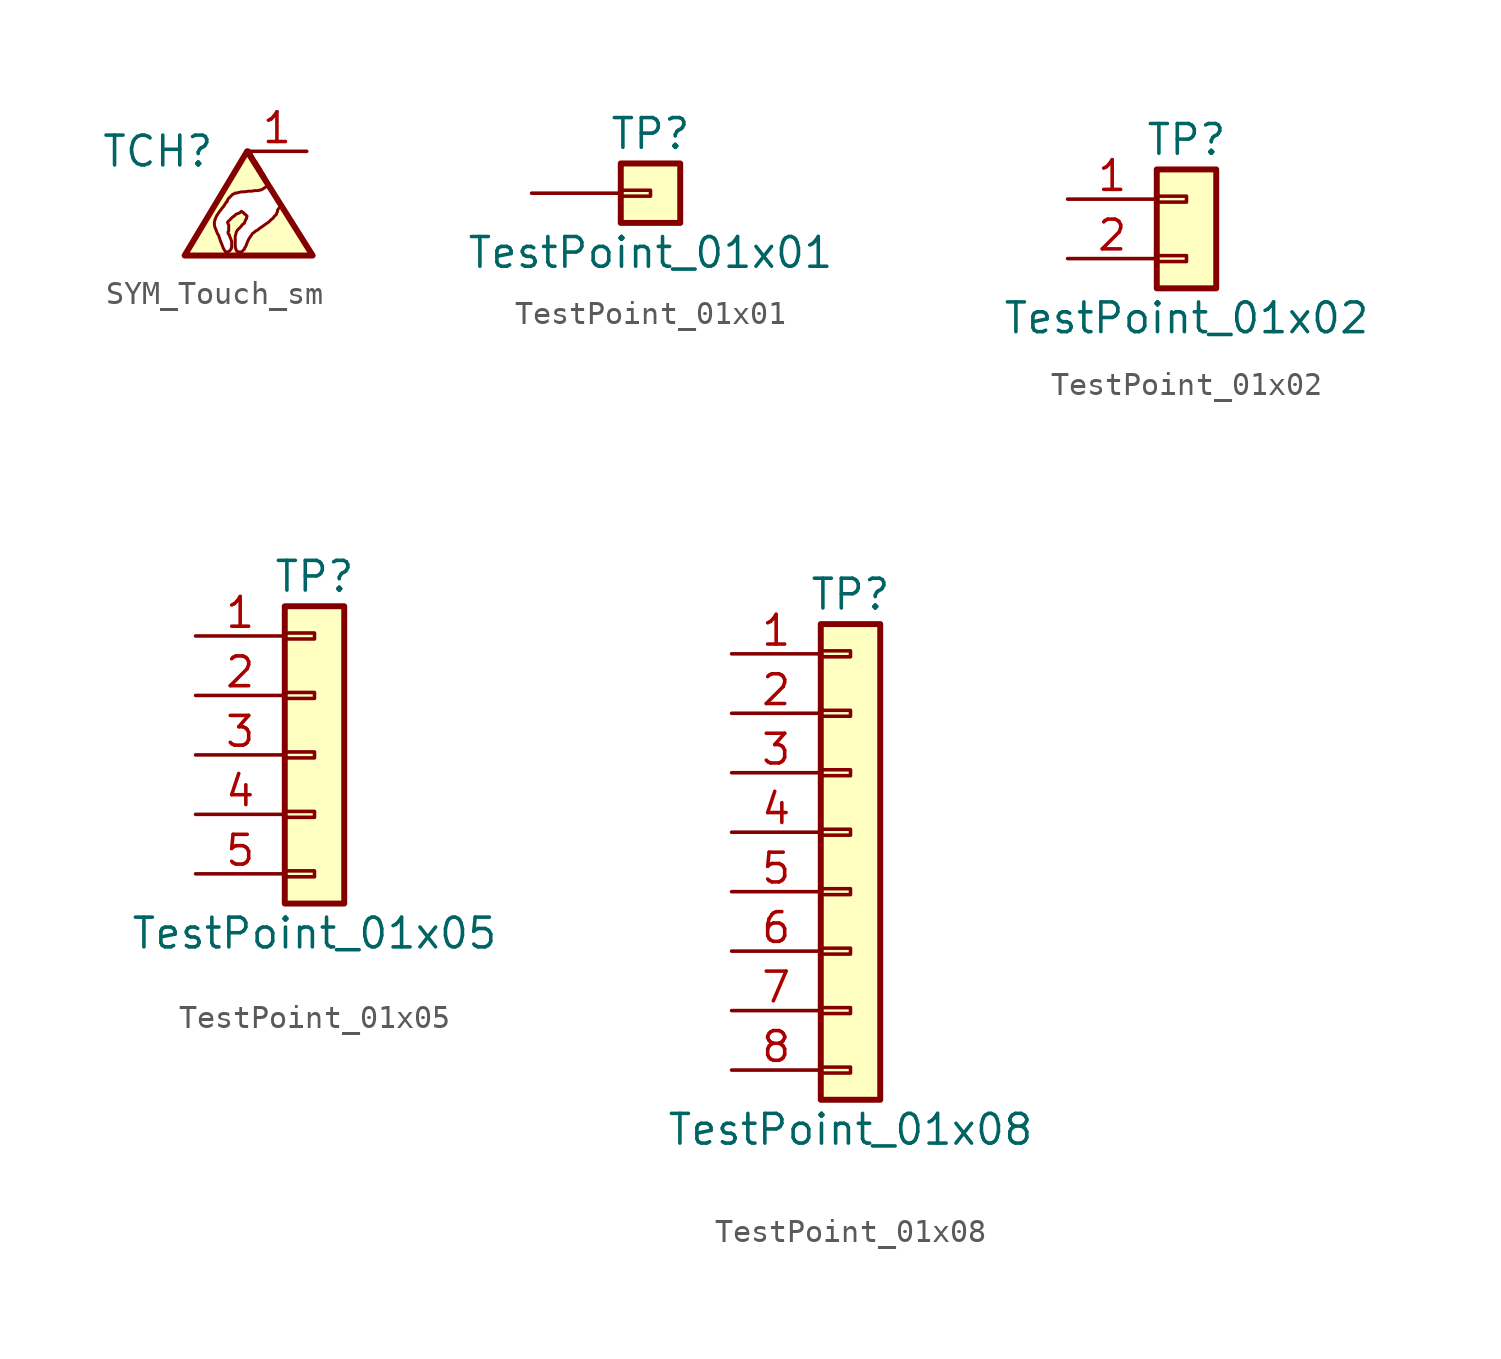
<source format=kicad_sym>
(kicad_symbol_lib
  (version 20211014)
  (generator kicad_symbol_editor)
  (symbol "SYM_Touch_sm"
    (pin_names
      (offset 1.016))
    (property "Reference" "TCH"
      (at -3.81 2.54 0)
      (effects (font (size 1.27 1.27))))
    (symbol "SYM_Touch_sm_0_0"
      (polyline (pts (xy -2.667 -1.905) (xy 2.794 -1.905) (xy 0 2.54) (xy -2.667 -1.905)) (stroke (width 0.254) (type default) (color 0 0 0 0)) (fill (type none)))
      (polyline (pts (xy 2.743 -1.905) (xy 2.718 -1.88) (xy 2.616 -1.676) (xy 2.565 -1.6) (xy 2.489 -1.499) (xy 2.438 -1.372) (xy 1.753 -0.229) (xy 1.702 -0.127) (xy 1.626 -0.051) (xy 1.6 0.051) (xy 1.549 0.102) (xy 1.499 0.203) (xy 1.473 0.229) (xy 1.473 0.203) (xy 1.448 0.203) (xy 1.321 0.076) (xy 1.295 0.025) (xy 1.295 -0.025) (xy 1.27 -0.076) (xy 1.245 -0.152) (xy 1.143 -0.254) (xy 1.092 -0.33) (xy 1.041 -0.356) (xy 0.914 -0.483) (xy 0.762 -0.584) (xy 0.66 -0.66) (xy 0.508 -0.762) (xy 0.457 -0.813) (xy 0.356 -0.864) (xy 0.305 -0.914) (xy 0.229 -0.965) (xy 0.076 -1.194) (xy 0.025 -1.295) (xy -0.025 -1.422) (xy -0.051 -1.499) (xy -0.102 -1.575) (xy -0.127 -1.651) (xy -0.178 -1.676) (xy -0.203 -1.727) (xy -0.254 -1.753) (xy -0.406 -1.753) (xy -0.406 -1.727) (xy -0.457 -1.702) (xy -0.483 -1.626) (xy -0.508 -1.524) (xy -0.508 -1.092) (xy -0.457 -0.889) (xy -0.406 -0.813) (xy -0.254 -0.66) (xy -0.203 -0.584) (xy -0.127 -0.533) (xy -0.102 -0.483) (xy -0.076 -0.406) (xy -0.051 -0.356) (xy -0.025 -0.33) (xy -0.025 -0.279) (xy 0 -0.229) (xy -0.076 -0.152) (xy -0.127 -0.127) (xy -0.152 -0.076) (xy -0.203 -0.051) (xy -0.229 -0.025) (xy -0.254 -0.025) (xy -0.305 -0.076) (xy -0.356 -0.102) (xy -0.432 -0.127) (xy -0.483 -0.152) (xy -0.559 -0.229) (xy -0.61 -0.254) (xy -0.838 -0.483) (xy -0.813 -0.559) (xy -0.787 -0.584) (xy -0.787 -0.864) (xy -0.813 -0.889) (xy -0.813 -0.965) (xy -0.762 -1.016) (xy -0.762 -1.041) (xy -0.66 -1.295) (xy -0.66 -1.575) (xy -0.686 -1.6) (xy -0.686 -1.626) (xy -0.737 -1.702) (xy -0.838 -1.753) (xy -0.914 -1.753) (xy -0.94 -1.727) (xy -0.965 -1.676) (xy -1.016 -1.6) (xy -1.041 -1.524) (xy -1.143 -1.27) (xy -1.219 -1.041) (xy -1.27 -0.965) (xy -1.295 -0.889) (xy -1.321 -0.838) (xy -1.321 -0.813) (xy -1.372 -0.711) (xy -1.397 -0.584) (xy -1.397 -0.483) (xy -1.372 -0.381) (xy -1.321 -0.254) (xy -1.295 -0.203) (xy -1.194 -0.051) (xy -1.041 0.152) (xy -0.991 0.203) (xy -0.965 0.254) (xy -0.914 0.33) (xy -0.889 0.381) (xy -0.864 0.381) (xy -0.813 0.508) (xy -0.61 0.711) (xy -0.533 0.737) (xy -0.508 0.762) (xy -0.432 0.762) (xy -0.356 0.787) (xy -0.229 0.813) (xy -0.102 0.813) (xy 0.051 0.838) (xy 0.203 0.838) (xy 0.305 0.864) (xy 0.483 0.864) (xy 0.533 0.889) (xy 0.584 0.889) (xy 0.686 0.94) (xy 0.711 0.965) (xy 0.762 0.991) (xy 0.813 1.041) (xy 0.864 1.067) (xy 0.889 1.118) (xy 0.914 1.143) (xy 0.914 1.194) (xy 0.889 1.219) (xy 0.864 1.27) (xy 0.813 1.346) (xy 0.711 1.549) (xy 0.635 1.651) (xy 0.584 1.753) (xy 0.508 1.88) (xy 0.457 1.956) (xy 0.381 2.083) (xy 0.305 2.184) (xy 0.254 2.286) (xy 0.203 2.362) (xy 0.178 2.438) (xy 0.102 2.515) (xy 0.102 2.54) (xy 0.076 2.565) (xy 0.076 2.591) (xy 0.025 2.591) (xy 0.025 2.565) (xy -0.025 2.515) (xy -0.102 2.362) (xy -0.254 2.134) (xy -0.305 2.032) (xy -0.457 1.778) (xy -0.559 1.626) (xy -0.762 1.27) (xy -0.889 1.067) (xy -1.016 0.838) (xy -1.168 0.61) (xy -1.321 0.33) (xy -1.397 0.203) (xy -1.524 -0.025) (xy -1.778 -0.432) (xy -1.88 -0.635) (xy -2.007 -0.813) (xy -2.108 -0.991) (xy -2.21 -1.143) (xy -2.286 -1.295) (xy -2.438 -1.549) (xy -2.489 -1.651) (xy -2.565 -1.753) (xy -2.591 -1.829) (xy -2.616 -1.88) (xy -2.642 -1.905) (xy -2.642 -1.93) (xy 2.743 -1.93) (xy 2.743 -1.905)) (stroke (width 0.127) (type default) (color 0 0 0 0)) (fill (type background))))
    (symbol "SYM_Touch_sm_1_1"
      (pin passive line (at 2.54 2.54 180) (length 2.54) (name "" (effects (font (size 1.27 1.27)))) (number "1" (effects (font (size 1.27 1.27)))))))
  (symbol "TestPoint_01x01"
    (pin_numbers hide)
    (pin_names
      (offset 1.016) hide)
    (property "Reference" "TP"
      (at 0 2.54 0)
      (effects (font (size 1.27 1.27))))
    (property "Value" "TestPoint_01x01"
      (at 0 -2.54 0)
      (effects (font (size 1.27 1.27))))
    (symbol "TestPoint_01x01_1_1"
      (rectangle (start -1.27 0.127) (end 0 -0.127) (stroke (width 0.152) (type default) (color 0 0 0 0)) (fill (type none)))
      (rectangle (start -1.27 1.27) (end 1.27 -1.27) (stroke (width 0.254) (type default) (color 0 0 0 0)) (fill (type background)))
      (pin passive line (at -5.08 0 0) (length 3.81) (name "Pin_1" (effects (font (size 1.27 1.27)))) (number "1" (effects (font (size 1.27 1.27)))))))
  (symbol "TestPoint_01x02"
    (pin_names
      (offset 1.016) hide)
    (property "Reference" "TP"
      (at 0 2.54 0)
      (effects (font (size 1.27 1.27))))
    (property "Value" "TestPoint_01x02"
      (at 0 -5.08 0)
      (effects (font (size 1.27 1.27))))
    (symbol "TestPoint_01x02_1_1"
      (rectangle (start -1.27 -2.413) (end 0 -2.667) (stroke (width 0.152) (type default) (color 0 0 0 0)) (fill (type none)))
      (rectangle (start -1.27 0.127) (end 0 -0.127) (stroke (width 0.152) (type default) (color 0 0 0 0)) (fill (type none)))
      (rectangle (start -1.27 1.27) (end 1.27 -3.81) (stroke (width 0.254) (type default) (color 0 0 0 0)) (fill (type background)))
      (pin passive line (at -5.08 0 0) (length 3.81) (name "Pin_1" (effects (font (size 1.27 1.27)))) (number "1" (effects (font (size 1.27 1.27)))))
      (pin passive line (at -5.08 -2.54 0) (length 3.81) (name "Pin_2" (effects (font (size 1.27 1.27)))) (number "2" (effects (font (size 1.27 1.27)))))))
  (symbol "TestPoint_01x05"
    (pin_names
      (offset 1.016) hide)
    (property "Reference" "TP"
      (at 0 7.62 0)
      (effects (font (size 1.27 1.27))))
    (property "Value" "TestPoint_01x05"
      (at 0 -7.62 0)
      (effects (font (size 1.27 1.27))))
    (symbol "TestPoint_01x05_1_1"
      (rectangle (start -1.27 -4.953) (end 0 -5.207) (stroke (width 0.152) (type default) (color 0 0 0 0)) (fill (type none)))
      (rectangle (start -1.27 -2.413) (end 0 -2.667) (stroke (width 0.152) (type default) (color 0 0 0 0)) (fill (type none)))
      (rectangle (start -1.27 0.127) (end 0 -0.127) (stroke (width 0.152) (type default) (color 0 0 0 0)) (fill (type none)))
      (rectangle (start -1.27 2.667) (end 0 2.413) (stroke (width 0.152) (type default) (color 0 0 0 0)) (fill (type none)))
      (rectangle (start -1.27 5.207) (end 0 4.953) (stroke (width 0.152) (type default) (color 0 0 0 0)) (fill (type none)))
      (rectangle (start -1.27 6.35) (end 1.27 -6.35) (stroke (width 0.254) (type default) (color 0 0 0 0)) (fill (type background)))
      (pin passive line (at -5.08 5.08 0) (length 3.81) (name "Pin_1" (effects (font (size 1.27 1.27)))) (number "1" (effects (font (size 1.27 1.27)))))
      (pin passive line (at -5.08 2.54 0) (length 3.81) (name "Pin_2" (effects (font (size 1.27 1.27)))) (number "2" (effects (font (size 1.27 1.27)))))
      (pin passive line (at -5.08 0 0) (length 3.81) (name "Pin_3" (effects (font (size 1.27 1.27)))) (number "3" (effects (font (size 1.27 1.27)))))
      (pin passive line (at -5.08 -2.54 0) (length 3.81) (name "Pin_4" (effects (font (size 1.27 1.27)))) (number "4" (effects (font (size 1.27 1.27)))))
      (pin passive line (at -5.08 -5.08 0) (length 3.81) (name "Pin_5" (effects (font (size 1.27 1.27)))) (number "5" (effects (font (size 1.27 1.27)))))))
  (symbol "TestPoint_01x08"
    (pin_names
      (offset 1.016) hide)
    (property "Reference" "TP"
      (at 0 10.16 0)
      (effects (font (size 1.27 1.27))))
    (property "Value" "TestPoint_01x08"
      (at 0 -12.7 0)
      (effects (font (size 1.27 1.27))))
    (symbol "TestPoint_01x08_1_1"
      (rectangle (start -1.27 -10.033) (end 0 -10.287) (stroke (width 0.152) (type default) (color 0 0 0 0)) (fill (type none)))
      (rectangle (start -1.27 -7.493) (end 0 -7.747) (stroke (width 0.152) (type default) (color 0 0 0 0)) (fill (type none)))
      (rectangle (start -1.27 -4.953) (end 0 -5.207) (stroke (width 0.152) (type default) (color 0 0 0 0)) (fill (type none)))
      (rectangle (start -1.27 -2.413) (end 0 -2.667) (stroke (width 0.152) (type default) (color 0 0 0 0)) (fill (type none)))
      (rectangle (start -1.27 0.127) (end 0 -0.127) (stroke (width 0.152) (type default) (color 0 0 0 0)) (fill (type none)))
      (rectangle (start -1.27 2.667) (end 0 2.413) (stroke (width 0.152) (type default) (color 0 0 0 0)) (fill (type none)))
      (rectangle (start -1.27 5.207) (end 0 4.953) (stroke (width 0.152) (type default) (color 0 0 0 0)) (fill (type none)))
      (rectangle (start -1.27 7.747) (end 0 7.493) (stroke (width 0.152) (type default) (color 0 0 0 0)) (fill (type none)))
      (rectangle (start -1.27 8.89) (end 1.27 -11.43) (stroke (width 0.254) (type default) (color 0 0 0 0)) (fill (type background)))
      (pin passive line (at -5.08 7.62 0) (length 3.81) (name "Pin_1" (effects (font (size 1.27 1.27)))) (number "1" (effects (font (size 1.27 1.27)))))
      (pin passive line (at -5.08 5.08 0) (length 3.81) (name "Pin_2" (effects (font (size 1.27 1.27)))) (number "2" (effects (font (size 1.27 1.27)))))
      (pin passive line (at -5.08 2.54 0) (length 3.81) (name "Pin_3" (effects (font (size 1.27 1.27)))) (number "3" (effects (font (size 1.27 1.27)))))
      (pin passive line (at -5.08 0 0) (length 3.81) (name "Pin_4" (effects (font (size 1.27 1.27)))) (number "4" (effects (font (size 1.27 1.27)))))
      (pin passive line (at -5.08 -2.54 0) (length 3.81) (name "Pin_5" (effects (font (size 1.27 1.27)))) (number "5" (effects (font (size 1.27 1.27)))))
      (pin passive line (at -5.08 -5.08 0) (length 3.81) (name "Pin_6" (effects (font (size 1.27 1.27)))) (number "6" (effects (font (size 1.27 1.27)))))
      (pin passive line (at -5.08 -7.62 0) (length 3.81) (name "Pin_7" (effects (font (size 1.27 1.27)))) (number "7" (effects (font (size 1.27 1.27)))))
      (pin passive line (at -5.08 -10.16 0) (length 3.81) (name "Pin_8" (effects (font (size 1.27 1.27)))) (number "8" (effects (font (size 1.27 1.27))))))))
</source>
